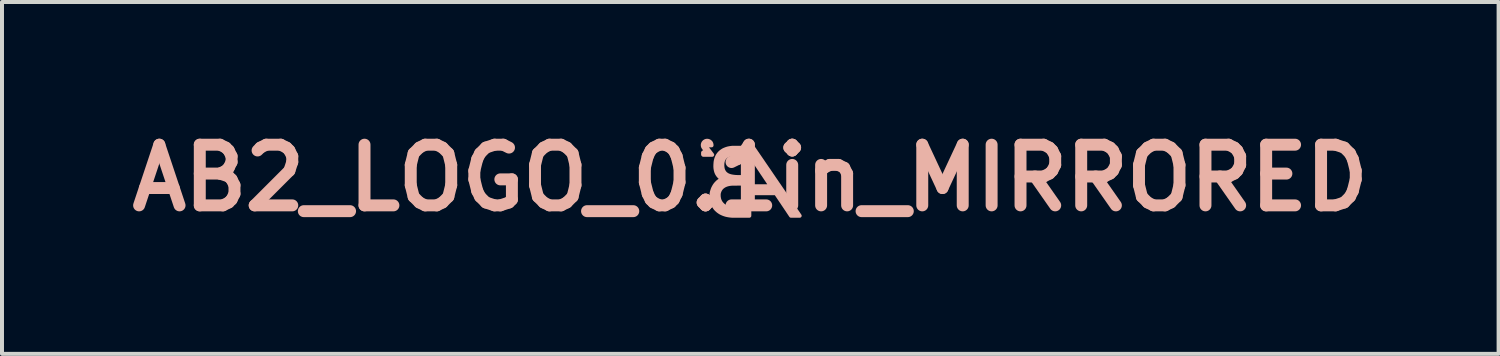
<source format=kicad_pcb>
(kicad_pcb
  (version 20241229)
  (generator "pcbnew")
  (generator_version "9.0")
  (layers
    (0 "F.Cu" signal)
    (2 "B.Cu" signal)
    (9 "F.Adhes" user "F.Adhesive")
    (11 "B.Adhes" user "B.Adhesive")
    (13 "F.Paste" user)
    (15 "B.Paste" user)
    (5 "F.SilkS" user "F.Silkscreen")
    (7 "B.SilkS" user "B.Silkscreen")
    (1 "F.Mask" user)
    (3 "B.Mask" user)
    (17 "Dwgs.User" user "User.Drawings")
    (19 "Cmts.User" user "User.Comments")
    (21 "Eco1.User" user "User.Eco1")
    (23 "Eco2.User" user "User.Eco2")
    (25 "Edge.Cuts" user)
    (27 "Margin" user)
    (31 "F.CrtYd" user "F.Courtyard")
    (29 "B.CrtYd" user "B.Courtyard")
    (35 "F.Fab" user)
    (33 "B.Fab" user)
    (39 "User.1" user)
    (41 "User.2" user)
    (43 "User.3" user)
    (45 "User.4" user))
  (footprint "AB2_LOGO_0.1in_MIRRORED"
    (layer "F.Cu")
    (at 15.792 1.418)
    (property "Reference" "AB2_LOGO_0.1in_MIRRORED" (at 0 0 0) (layer "B.SilkS") (effects (font (size 1.524 1.524) (thickness 0.3))))
    (attr through_hole)
    (fp_poly (pts (xy -0.957 -0.58) (xy -1.068 -0.58) (xy -1.179 -0.58) (xy -1.183 -0.583) (xy -1.186 -0.587) (xy -1.186 -0.611) (xy -1.186 -0.635) (xy -1.183 -0.638) (xy -1.18 -0.642) (xy -1.132 -0.642) (xy -1.123 -0.642) (xy -1.115 -0.642) (xy -1.107 -0.643) (xy -1.1 -0.643) (xy -1.095 -0.643) (xy -1.09 -0.643) (xy -1.086 -0.643) (xy -1.084 -0.643) (xy -1.084 -0.643) (xy -1.084 -0.644) (xy -1.086 -0.646) (xy -1.088 -0.649) (xy -1.091 -0.653) (xy -1.095 -0.658) (xy -1.099 -0.663) (xy -1.104 -0.67) (xy -1.109 -0.677) (xy -1.115 -0.684) (xy -1.116 -0.685) (xy -1.126 -0.698) (xy -1.134 -0.709) (xy -1.142 -0.719) (xy -1.149 -0.728) (xy -1.155 -0.736) (xy -1.16 -0.743) (xy -1.164 -0.749) (xy -1.168 -0.754) (xy -1.172 -0.759) (xy -1.175 -0.763) (xy -1.177 -0.767) (xy -1.179 -0.77) (xy -1.181 -0.772) (xy -1.182 -0.775) (xy -1.183 -0.777) (xy -1.184 -0.779) (xy -1.185 -0.781) (xy -1.186 -0.783) (xy -1.187 -0.786) (xy -1.187 -0.787) (xy -1.19 -0.796) (xy -1.192 -0.804) (xy -1.193 -0.813) (xy -1.193 -0.822) (xy -1.193 -0.825) (xy -1.193 -0.832) (xy -1.193 -0.839) (xy -1.192 -0.844) (xy -1.19 -0.85) (xy -1.188 -0.857) (xy -1.188 -0.859) (xy -1.183 -0.87) (xy -1.177 -0.882) (xy -1.169 -0.892) (xy -1.161 -0.901) (xy -1.151 -0.91) (xy -1.14 -0.917) (xy -1.129 -0.923) (xy -1.118 -0.928) (xy -1.106 -0.931) (xy -1.093 -0.933) (xy -1.08 -0.933) (xy -1.067 -0.932) (xy -1.054 -0.929) (xy -1.048 -0.927) (xy -1.036 -0.922) (xy -1.025 -0.916) (xy -1.015 -0.909) (xy -1.005 -0.9) (xy -0.996 -0.891) (xy -0.989 -0.881) (xy -0.986 -0.875) (xy -0.981 -0.863) (xy -0.977 -0.85) (xy -0.975 -0.837) (xy -0.974 -0.829) (xy -0.973 -0.818) (xy -1.002 -0.818) (xy -1.03 -0.817) (xy -1.033 -0.821) (xy -1.034 -0.823) (xy -1.035 -0.824) (xy -1.036 -0.826) (xy -1.036 -0.829) (xy -1.037 -0.832) (xy -1.037 -0.835) (xy -1.039 -0.839) (xy -1.04 -0.842) (xy -1.041 -0.844) (xy -1.045 -0.851) (xy -1.051 -0.857) (xy -1.058 -0.863) (xy -1.065 -0.867) (xy -1.071 -0.869) (xy -1.075 -0.87) (xy -1.08 -0.87) (xy -1.086 -0.87) (xy -1.091 -0.87) (xy -1.096 -0.869) (xy -1.104 -0.866) (xy -1.111 -0.862) (xy -1.118 -0.856) (xy -1.124 -0.85) (xy -1.128 -0.842) (xy -1.129 -0.84) (xy -1.13 -0.835) (xy -1.131 -0.829) (xy -1.131 -0.823) (xy -1.131 -0.817) (xy -1.13 -0.816) (xy -1.13 -0.814) (xy -1.13 -0.813) (xy -1.129 -0.812) (xy -1.129 -0.81) (xy -1.128 -0.809) (xy -1.128 -0.807) (xy -1.127 -0.805) (xy -1.125 -0.803) (xy -1.124 -0.801) (xy -1.122 -0.798) (xy -1.119 -0.794) (xy -1.117 -0.79) (xy -1.113 -0.785) (xy -1.109 -0.78) (xy -1.104 -0.774) (xy -1.099 -0.767) (xy -1.093 -0.758) (xy -1.086 -0.749) (xy -1.078 -0.739) (xy -1.07 -0.728) (xy -1.06 -0.715) (xy -1.052 -0.705) (xy -1.045 -0.696) (xy -1.038 -0.687) (xy -1.031 -0.677) (xy -1.024 -0.668) (xy -1.016 -0.658) (xy -1.009 -0.649) (xy -1.002 -0.639) (xy -0.995 -0.63) (xy -0.989 -0.622) (xy -0.983 -0.614) (xy -0.977 -0.606) (xy -0.972 -0.6) (xy -0.968 -0.594) (xy -0.964 -0.589) (xy -0.962 -0.586) (xy -0.96 -0.584) (xy -0.957 -0.58)) (stroke (width 0.1) (type solid)) (fill yes) (layer "B.SilkS"))
    (fp_poly (pts (xy 1.24 0.95) (xy 1.131 0.95) (xy 1.022 0.95) (xy 0.945 0.835) (xy 0.937 0.822) (xy 0.928 0.809) (xy 0.918 0.794) (xy 0.907 0.779) (xy 0.896 0.762) (xy 0.885 0.745) (xy 0.873 0.727) (xy 0.86 0.709) (xy 0.848 0.69) (xy 0.835 0.671) (xy 0.822 0.652) (xy 0.81 0.633) (xy 0.797 0.614) (xy 0.785 0.596) (xy 0.772 0.578) (xy 0.761 0.56) (xy 0.755 0.552) (xy 0.642 0.384) (xy 0.519 0.384) (xy 0.519 0.21) (xy 0.518 0.208) (xy 0.517 0.207) (xy 0.516 0.205) (xy 0.513 0.201) (xy 0.51 0.196) (xy 0.506 0.19) (xy 0.501 0.183) (xy 0.496 0.175) (xy 0.49 0.166) (xy 0.483 0.156) (xy 0.476 0.145) (xy 0.468 0.133) (xy 0.459 0.12) (xy 0.45 0.107) (xy 0.441 0.093) (xy 0.431 0.078) (xy 0.421 0.062) (xy 0.41 0.047) (xy 0.399 0.03) (xy 0.388 0.014) (xy 0.378 -0.002) (xy 0.364 -0.022) (xy 0.35 -0.043) (xy 0.336 -0.065) (xy 0.32 -0.088) (xy 0.304 -0.111) (xy 0.288 -0.135) (xy 0.272 -0.16) (xy 0.255 -0.185) (xy 0.239 -0.209) (xy 0.222 -0.234) (xy 0.206 -0.259) (xy 0.19 -0.283) (xy 0.174 -0.306) (xy 0.159 -0.329) (xy 0.144 -0.351) (xy 0.13 -0.373) (xy 0.116 -0.392) (xy 0.108 -0.406) (xy 0.097 -0.422) (xy 0.086 -0.438) (xy 0.075 -0.454) (xy 0.065 -0.469) (xy 0.055 -0.484) (xy 0.046 -0.498) (xy 0.037 -0.512) (xy 0.028 -0.525) (xy 0.02 -0.537) (xy 0.012 -0.548) (xy 0.005 -0.558) (xy -0.001 -0.568) (xy -0.007 -0.576) (xy -0.012 -0.584) (xy -0.016 -0.59) (xy -0.019 -0.595) (xy -0.022 -0.599) (xy -0.024 -0.602) (xy -0.025 -0.603) (xy -0.025 -0.603) (xy -0.025 -0.602) (xy -0.025 -0.6) (xy -0.025 -0.596) (xy -0.025 -0.59) (xy -0.025 -0.583) (xy -0.025 -0.575) (xy -0.025 -0.565) (xy -0.025 -0.554) (xy -0.025 -0.541) (xy -0.025 -0.527) (xy -0.025 -0.512) (xy -0.025 -0.496) (xy -0.025 -0.478) (xy -0.025 -0.46) (xy -0.025 -0.44) (xy -0.025 -0.42) (xy -0.025 -0.399) (xy -0.025 -0.376) (xy -0.025 -0.353) (xy -0.025 -0.329) (xy -0.025 -0.305) (xy -0.025 -0.279) (xy -0.025 -0.253) (xy -0.025 -0.227) (xy -0.025 -0.2) (xy -0.025 -0.197) (xy -0.025 0.21) (xy 0.247 0.21) (xy 0.519 0.21) (xy 0.519 0.384) (xy 0.309 0.384) (xy -0.025 0.384) (xy -0.025 0.667) (xy -0.025 0.95) (xy -0.187 0.95) (xy -0.187 0.783) (xy -0.187 0.462) (xy -0.187 0.141) (xy -0.187 -0.021) (xy -0.187 -0.313) (xy -0.187 -0.605) (xy -0.244 -0.605) (xy -0.268 -0.604) (xy -0.29 -0.604) (xy -0.31 -0.604) (xy -0.329 -0.604) (xy -0.347 -0.603) (xy -0.364 -0.603) (xy -0.379 -0.602) (xy -0.394 -0.601) (xy -0.408 -0.6) (xy -0.421 -0.599) (xy -0.433 -0.598) (xy -0.445 -0.597) (xy -0.457 -0.595) (xy -0.468 -0.593) (xy -0.479 -0.592) (xy -0.489 -0.589) (xy -0.497 -0.588) (xy -0.519 -0.582) (xy -0.541 -0.576) (xy -0.56 -0.568) (xy -0.579 -0.56) (xy -0.596 -0.55) (xy -0.612 -0.539) (xy -0.627 -0.527) (xy -0.64 -0.514) (xy -0.652 -0.5) (xy -0.663 -0.485) (xy -0.672 -0.469) (xy -0.68 -0.452) (xy -0.687 -0.433) (xy -0.692 -0.417) (xy -0.695 -0.405) (xy -0.697 -0.393) (xy -0.699 -0.38) (xy -0.701 -0.368) (xy -0.702 -0.354) (xy -0.702 -0.339) (xy -0.702 -0.33) (xy -0.703 -0.31) (xy -0.702 -0.291) (xy -0.7 -0.274) (xy -0.698 -0.257) (xy -0.695 -0.241) (xy -0.692 -0.225) (xy -0.69 -0.217) (xy -0.687 -0.208) (xy -0.684 -0.2) (xy -0.681 -0.193) (xy -0.678 -0.185) (xy -0.675 -0.177) (xy -0.673 -0.174) (xy -0.664 -0.158) (xy -0.654 -0.142) (xy -0.643 -0.128) (xy -0.631 -0.115) (xy -0.617 -0.102) (xy -0.602 -0.091) (xy -0.586 -0.08) (xy -0.569 -0.07) (xy -0.55 -0.062) (xy -0.53 -0.054) (xy -0.509 -0.047) (xy -0.486 -0.041) (xy -0.462 -0.036) (xy -0.437 -0.032) (xy -0.41 -0.028) (xy -0.387 -0.026) (xy -0.377 -0.025) (xy -0.367 -0.024) (xy -0.357 -0.024) (xy -0.347 -0.023) (xy -0.336 -0.023) (xy -0.326 -0.022) (xy -0.314 -0.022) (xy -0.302 -0.022) (xy -0.289 -0.022) (xy -0.274 -0.021) (xy -0.258 -0.021) (xy -0.242 -0.021) (xy -0.187 -0.021) (xy -0.187 0.141) (xy -0.212 0.142) (xy -0.224 0.142) (xy -0.237 0.142) (xy -0.25 0.142) (xy -0.265 0.143) (xy -0.28 0.143) (xy -0.295 0.143) (xy -0.31 0.143) (xy -0.324 0.143) (xy -0.339 0.144) (xy -0.352 0.144) (xy -0.365 0.144) (xy -0.377 0.144) (xy -0.387 0.144) (xy -0.392 0.144) (xy -0.409 0.144) (xy -0.424 0.144) (xy -0.438 0.144) (xy -0.451 0.145) (xy -0.463 0.145) (xy -0.474 0.146) (xy -0.484 0.147) (xy -0.495 0.148) (xy -0.505 0.149) (xy -0.511 0.15) (xy -0.536 0.154) (xy -0.559 0.159) (xy -0.581 0.165) (xy -0.602 0.172) (xy -0.623 0.18) (xy -0.64 0.188) (xy -0.655 0.196) (xy -0.669 0.204) (xy -0.681 0.213) (xy -0.693 0.222) (xy -0.705 0.231) (xy -0.717 0.242) (xy -0.718 0.243) (xy -0.732 0.259) (xy -0.745 0.275) (xy -0.756 0.293) (xy -0.766 0.311) (xy -0.775 0.33) (xy -0.782 0.35) (xy -0.788 0.371) (xy -0.793 0.393) (xy -0.793 0.397) (xy -0.794 0.4) (xy -0.794 0.404) (xy -0.794 0.408) (xy -0.794 0.412) (xy -0.794 0.417) (xy -0.795 0.424) (xy -0.795 0.432) (xy -0.795 0.433) (xy -0.794 0.444) (xy -0.794 0.453) (xy -0.794 0.462) (xy -0.793 0.47) (xy -0.793 0.477) (xy -0.792 0.485) (xy -0.79 0.494) (xy -0.789 0.499) (xy -0.785 0.522) (xy -0.779 0.544) (xy -0.771 0.566) (xy -0.762 0.586) (xy -0.751 0.606) (xy -0.739 0.625) (xy -0.726 0.642) (xy -0.711 0.659) (xy -0.695 0.675) (xy -0.678 0.69) (xy -0.659 0.705) (xy -0.653 0.708) (xy -0.633 0.721) (xy -0.611 0.732) (xy -0.589 0.743) (xy -0.565 0.752) (xy -0.54 0.761) (xy -0.514 0.768) (xy -0.488 0.773) (xy -0.487 0.774) (xy -0.476 0.776) (xy -0.464 0.778) (xy -0.453 0.779) (xy -0.442 0.781) (xy -0.432 0.782) (xy -0.422 0.782) (xy -0.418 0.783) (xy -0.417 0.783) (xy -0.413 0.783) (xy -0.409 0.783) (xy -0.403 0.783) (xy -0.395 0.783) (xy -0.387 0.783) (xy -0.377 0.783) (xy -0.367 0.783) (xy -0.355 0.783) (xy -0.343 0.783) (xy -0.331 0.783) (xy -0.317 0.783) (xy -0.304 0.783) (xy -0.3 0.783) (xy -0.187 0.783) (xy -0.187 0.95) (xy -0.236 0.95) (xy -0.255 0.95) (xy -0.273 0.95) (xy -0.291 0.95) (xy -0.309 0.95) (xy -0.326 0.95) (xy -0.342 0.95) (xy -0.357 0.95) (xy -0.371 0.95) (xy -0.385 0.95) (xy -0.398 0.95) (xy -0.409 0.95) (xy -0.419 0.95) (xy -0.429 0.949) (xy -0.436 0.949) (xy -0.443 0.949) (xy -0.448 0.949) (xy -0.451 0.949) (xy -0.453 0.949) (xy -0.453 0.949) (xy -0.464 0.949) (xy -0.476 0.948) (xy -0.489 0.947) (xy -0.502 0.945) (xy -0.516 0.944) (xy -0.529 0.942) (xy -0.542 0.94) (xy -0.549 0.939) (xy -0.581 0.933) (xy -0.612 0.926) (xy -0.641 0.917) (xy -0.67 0.907) (xy -0.697 0.896) (xy -0.723 0.884) (xy -0.748 0.871) (xy -0.772 0.856) (xy -0.795 0.84) (xy -0.817 0.823) (xy -0.837 0.805) (xy -0.857 0.786) (xy -0.875 0.766) (xy -0.891 0.744) (xy -0.896 0.737) (xy -0.911 0.715) (xy -0.924 0.692) (xy -0.936 0.668) (xy -0.946 0.643) (xy -0.955 0.618) (xy -0.962 0.592) (xy -0.968 0.566) (xy -0.973 0.54) (xy -0.976 0.513) (xy -0.977 0.485) (xy -0.977 0.458) (xy -0.976 0.43) (xy -0.973 0.403) (xy -0.969 0.375) (xy -0.963 0.348) (xy -0.955 0.321) (xy -0.946 0.294) (xy -0.941 0.279) (xy -0.93 0.253) (xy -0.917 0.229) (xy -0.904 0.205) (xy -0.889 0.182) (xy -0.872 0.159) (xy -0.863 0.149) (xy -0.858 0.143) (xy -0.853 0.137) (xy -0.846 0.13) (xy -0.839 0.123) (xy -0.832 0.116) (xy -0.825 0.109) (xy -0.819 0.103) (xy -0.812 0.098) (xy -0.809 0.094) (xy -0.791 0.081) (xy -0.773 0.068) (xy -0.754 0.056) (xy -0.736 0.046) (xy -0.718 0.037) (xy -0.713 0.035) (xy -0.709 0.033) (xy -0.705 0.032) (xy -0.703 0.031) (xy -0.702 0.03) (xy -0.698 0.028) (xy -0.702 0.026) (xy -0.703 0.024) (xy -0.706 0.022) (xy -0.71 0.02) (xy -0.714 0.017) (xy -0.719 0.014) (xy -0.72 0.014) (xy -0.73 0.007) (xy -0.739 0.001) (xy -0.747 -0.005) (xy -0.754 -0.01) (xy -0.761 -0.016) (xy -0.768 -0.021) (xy -0.774 -0.027) (xy -0.78 -0.033) (xy -0.795 -0.049) (xy -0.809 -0.066) (xy -0.822 -0.085) (xy -0.834 -0.104) (xy -0.844 -0.124) (xy -0.853 -0.146) (xy -0.86 -0.168) (xy -0.866 -0.192) (xy -0.871 -0.217) (xy -0.875 -0.242) (xy -0.877 -0.269) (xy -0.878 -0.296) (xy -0.877 -0.325) (xy -0.877 -0.331) (xy -0.876 -0.348) (xy -0.875 -0.362) (xy -0.874 -0.376) (xy -0.873 -0.389) (xy -0.872 -0.401) (xy -0.87 -0.412) (xy -0.868 -0.423) (xy -0.866 -0.434) (xy -0.865 -0.437) (xy -0.859 -0.463) (xy -0.851 -0.488) (xy -0.842 -0.512) (xy -0.832 -0.535) (xy -0.821 -0.557) (xy -0.808 -0.577) (xy -0.793 -0.597) (xy -0.778 -0.616) (xy -0.761 -0.633) (xy -0.743 -0.65) (xy -0.723 -0.665) (xy -0.703 -0.679) (xy -0.681 -0.693) (xy -0.666 -0.701) (xy -0.641 -0.712) (xy -0.616 -0.722) (xy -0.59 -0.731) (xy -0.563 -0.739) (xy -0.534 -0.745) (xy -0.505 -0.75) (xy -0.474 -0.754) (xy -0.468 -0.755) (xy -0.466 -0.755) (xy -0.465 -0.755) (xy -0.463 -0.755) (xy -0.461 -0.756) (xy -0.459 -0.756) (xy -0.456 -0.756) (xy -0.453 -0.756) (xy -0.45 -0.756) (xy -0.446 -0.756) (xy -0.442 -0.756) (xy -0.437 -0.756) (xy -0.431 -0.756) (xy -0.425 -0.756) (xy -0.417 -0.756) (xy -0.409 -0.756) (xy -0.4 -0.756) (xy -0.39 -0.756) (xy -0.379 -0.756) (xy -0.367 -0.756) (xy -0.354 -0.756) (xy -0.34 -0.756) (xy -0.324 -0.756) (xy -0.307 -0.756) (xy -0.289 -0.756) (xy -0.269 -0.756) (xy -0.248 -0.756) (xy -0.225 -0.756) (xy -0.201 -0.756) (xy -0.19 -0.756) (xy 0.073 -0.756) (xy 0.133 -0.669) (xy 0.141 -0.657) (xy 0.15 -0.643) (xy 0.16 -0.629) (xy 0.171 -0.614) (xy 0.182 -0.597) (xy 0.194 -0.58) (xy 0.206 -0.562) (xy 0.219 -0.543) (xy 0.233 -0.523) (xy 0.247 -0.502) (xy 0.262 -0.481) (xy 0.277 -0.458) (xy 0.293 -0.436) (xy 0.309 -0.412) (xy 0.325 -0.388) (xy 0.342 -0.363) (xy 0.359 -0.338) (xy 0.377 -0.312) (xy 0.395 -0.286) (xy 0.413 -0.259) (xy 0.432 -0.232) (xy 0.451 -0.204) (xy 0.47 -0.177) (xy 0.489 -0.148) (xy 0.509 -0.12) (xy 0.528 -0.091) (xy 0.548 -0.062) (xy 0.568 -0.033) (xy 0.588 -0.003) (xy 0.608 0.026) (xy 0.628 0.056) (xy 0.649 0.085) (xy 0.669 0.115) (xy 0.689 0.145) (xy 0.71 0.174) (xy 0.73 0.204) (xy 0.75 0.233) (xy 0.77 0.263) (xy 0.79 0.292) (xy 0.81 0.321) (xy 0.829 0.349) (xy 0.849 0.378) (xy 0.868 0.406) (xy 0.887 0.434) (xy 0.906 0.461) (xy 0.924 0.488) (xy 0.942 0.515) (xy 0.96 0.541) (xy 0.978 0.566) (xy 0.995 0.592) (xy 1.012 0.616) (xy 1.028 0.64) (xy 1.044 0.663) (xy 1.059 0.686) (xy 1.074 0.708) (xy 1.089 0.729) (xy 1.103 0.749) (xy 1.116 0.769) (xy 1.129 0.788) (xy 1.141 0.806) (xy 1.153 0.823) (xy 1.164 0.839) (xy 1.174 0.854) (xy 1.184 0.868) (xy 1.193 0.881) (xy 1.201 0.893) (xy 1.208 0.904) (xy 1.215 0.914) (xy 1.221 0.922) (xy 1.226 0.93) (xy 1.23 0.936) (xy 1.233 0.941) (xy 1.236 0.944) (xy 1.238 0.947) (xy 1.238 0.948) (xy 1.238 0.948) (xy 1.24 0.95)) (stroke (width 0.1) (type solid)) (fill yes) (layer "B.SilkS")))
  (gr_rect
    (start -3 -3)
    (end 34.583 5.836)
    (stroke (width 0.1) (type default))
    (fill no)
    (layer "Edge.Cuts")))
</source>
